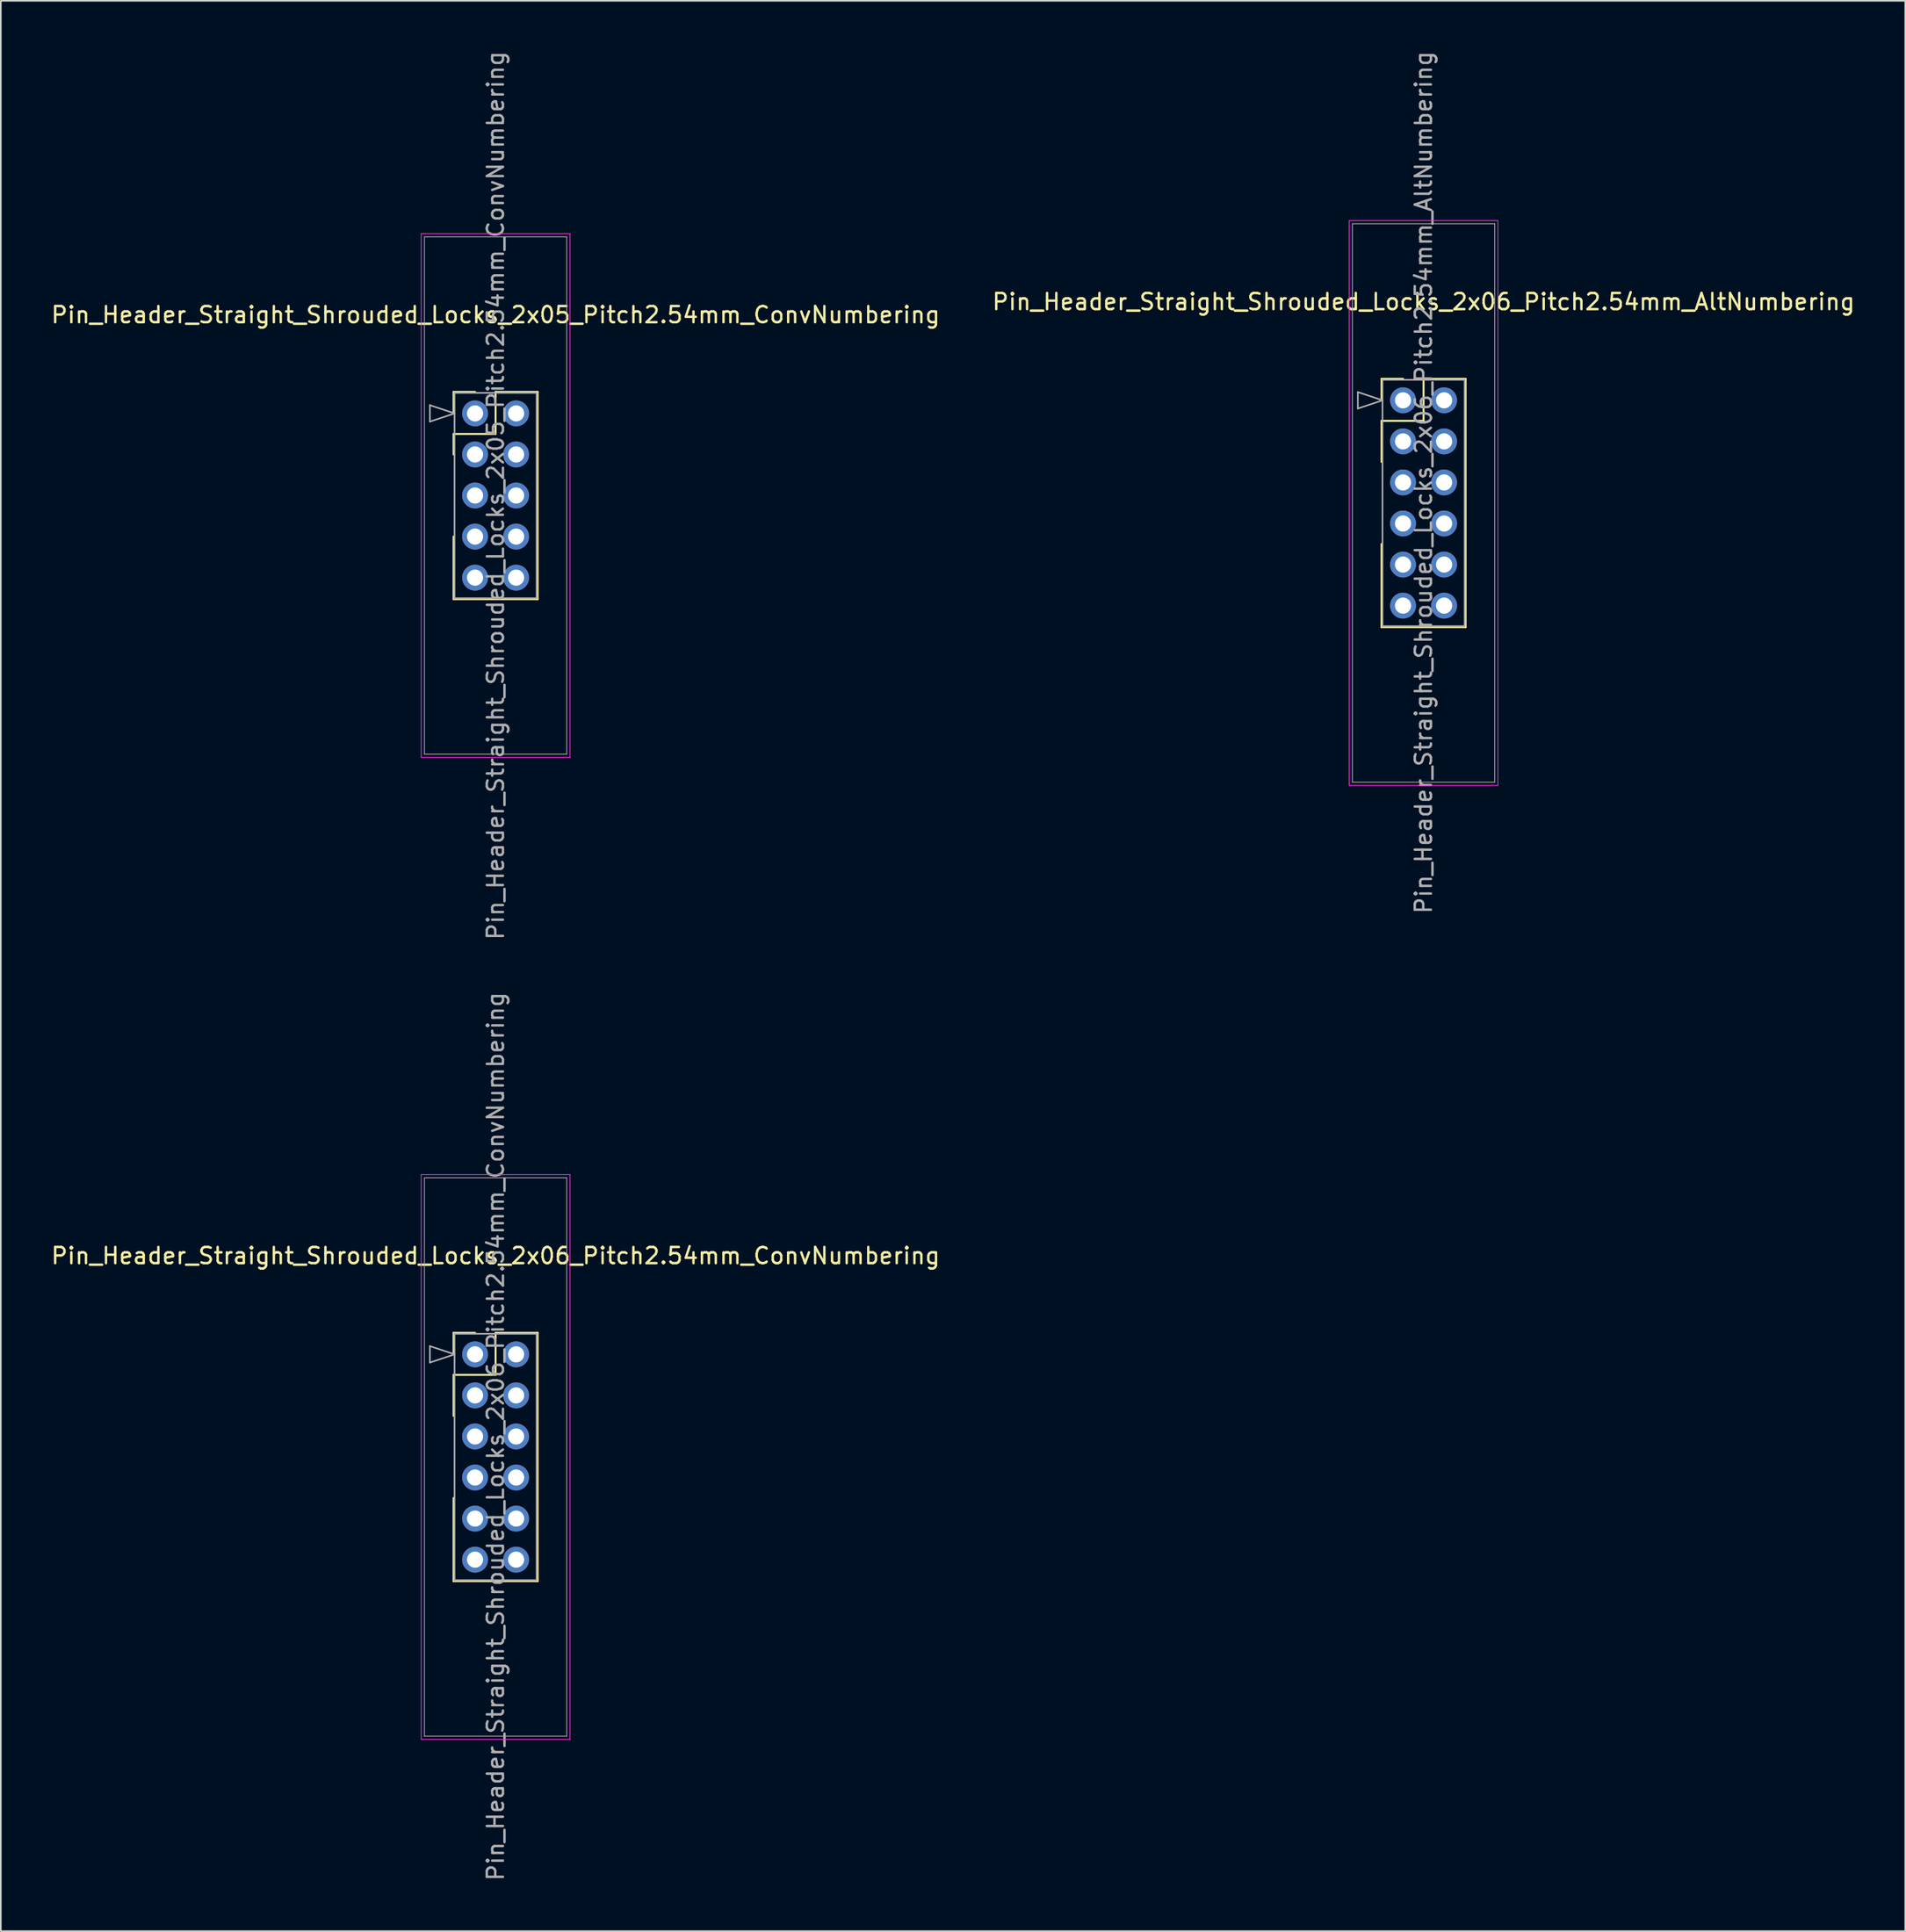
<source format=kicad_pcb>
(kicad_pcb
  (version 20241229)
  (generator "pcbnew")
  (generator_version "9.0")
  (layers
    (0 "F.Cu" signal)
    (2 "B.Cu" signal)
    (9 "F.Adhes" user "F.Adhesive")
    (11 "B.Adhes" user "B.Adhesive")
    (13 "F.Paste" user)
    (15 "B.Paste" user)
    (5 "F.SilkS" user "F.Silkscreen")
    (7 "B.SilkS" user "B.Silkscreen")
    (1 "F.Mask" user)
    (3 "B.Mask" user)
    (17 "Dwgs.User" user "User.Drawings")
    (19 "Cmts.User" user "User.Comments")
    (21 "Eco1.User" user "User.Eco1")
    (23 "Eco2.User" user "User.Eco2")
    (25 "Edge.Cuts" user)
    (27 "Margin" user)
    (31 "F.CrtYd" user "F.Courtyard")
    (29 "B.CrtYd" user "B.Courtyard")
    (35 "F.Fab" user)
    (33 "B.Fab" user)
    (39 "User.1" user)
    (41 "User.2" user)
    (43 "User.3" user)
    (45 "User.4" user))
  (footprint "Pin_Header_Straight_Shrouded_Locks_2x06_Pitch2.54mm_ConvNumbering"
    (layer "F.Cu")
    (at 26.331 80.724)
    (property "Reference" "Pin_Header_Straight_Shrouded_Locks_2x06_Pitch2.54mm_ConvNumbering" (at 1.27 -6.096 0) (layer "F.SilkS") (effects (font (size 1 1) (thickness 0.15))))
    (attr through_hole)
    (fp_line (start -1.33 -1.33) (end 0 -1.33) (stroke (width 0.12) (type solid)) (layer "F.SilkS"))
    (fp_line (start -1.33 0) (end -1.33 -1.33) (stroke (width 0.12) (type solid)) (layer "F.SilkS"))
    (fp_line (start -1.33 1.27) (end -1.33 3.81) (stroke (width 0.12) (type solid)) (layer "F.SilkS"))
    (fp_line (start -1.33 1.27) (end 1.27 1.27) (stroke (width 0.12) (type solid)) (layer "F.SilkS"))
    (fp_line (start -1.33 8.89) (end -1.33 14.03) (stroke (width 0.12) (type solid)) (layer "F.SilkS"))
    (fp_line (start -1.33 14.03) (end 3.87 14.03) (stroke (width 0.12) (type solid)) (layer "F.SilkS"))
    (fp_line (start 1.27 -1.33) (end 3.87 -1.33) (stroke (width 0.12) (type solid)) (layer "F.SilkS"))
    (fp_line (start 1.27 1.27) (end 1.27 -1.33) (stroke (width 0.12) (type solid)) (layer "F.SilkS"))
    (fp_line (start 3.87 -1.33) (end 3.87 14.03) (stroke (width 0.12) (type solid)) (layer "F.SilkS"))
    (fp_line (start -3.33 -11.12) (end -3.33 23.82) (stroke (width 0.05) (type solid)) (layer "F.CrtYd"))
    (fp_line (start -3.33 23.82) (end 5.87 23.82) (stroke (width 0.05) (type solid)) (layer "F.CrtYd"))
    (fp_line (start 5.87 -11.12) (end -3.33 -11.12) (stroke (width 0.05) (type solid)) (layer "F.CrtYd"))
    (fp_line (start 5.87 23.82) (end 5.87 -11.12) (stroke (width 0.05) (type solid)) (layer "F.CrtYd"))
    (fp_line (start -3.13 -10.92) (end -3.13 23.62) (stroke (width 0.05) (type solid)) (layer "F.Fab"))
    (fp_line (start -3.13 23.62) (end 5.67 23.62) (stroke (width 0.05) (type solid)) (layer "F.Fab"))
    (fp_line (start -2.794 -0.508) (end -1.27 0) (stroke (width 0.1) (type solid)) (layer "F.Fab"))
    (fp_line (start -2.794 0.508) (end -2.794 -0.508) (stroke (width 0.1) (type solid)) (layer "F.Fab"))
    (fp_line (start -1.27 -1.27) (end -1.27 13.97) (stroke (width 0.1) (type solid)) (layer "F.Fab"))
    (fp_line (start -1.27 0) (end -2.794 0.508) (stroke (width 0.1) (type solid)) (layer "F.Fab"))
    (fp_line (start -1.27 13.97) (end 3.81 13.97) (stroke (width 0.1) (type solid)) (layer "F.Fab"))
    (fp_line (start 3.81 -1.27) (end -1.27 -1.27) (stroke (width 0.1) (type solid)) (layer "F.Fab"))
    (fp_line (start 3.81 13.97) (end 3.81 -1.27) (stroke (width 0.1) (type solid)) (layer "F.Fab"))
    (fp_line (start 5.67 -10.92) (end -3.13 -10.92) (stroke (width 0.05) (type solid)) (layer "F.Fab"))
    (fp_line (start 5.67 23.62) (end 5.67 -10.92) (stroke (width 0.05) (type solid)) (layer "F.Fab"))
    (fp_text user "${REFERENCE}" (at 1.27 5.08 90) (layer "F.Fab") (effects (font (size 1 1) (thickness 0.15))))
    (pad "1" thru_hole oval (at 0 0) (size 1.6 1.6) (drill 1) (layers "*.Cu" "*.Mask"))
    (pad "2" thru_hole oval (at 2.54 0) (size 1.6 1.6) (drill 1) (layers "*.Cu" "*.Mask"))
    (pad "3" thru_hole oval (at 0 2.54) (size 1.6 1.6) (drill 1) (layers "*.Cu" "*.Mask"))
    (pad "4" thru_hole oval (at 2.54 2.54) (size 1.6 1.6) (drill 1) (layers "*.Cu" "*.Mask"))
    (pad "5" thru_hole oval (at 0 5.08) (size 1.6 1.6) (drill 1) (layers "*.Cu" "*.Mask"))
    (pad "6" thru_hole oval (at 2.54 5.08) (size 1.6 1.6) (drill 1) (layers "*.Cu" "*.Mask"))
    (pad "7" thru_hole oval (at 0 7.62) (size 1.6 1.6) (drill 1) (layers "*.Cu" "*.Mask"))
    (pad "8" thru_hole oval (at 2.54 7.62) (size 1.6 1.6) (drill 1) (layers "*.Cu" "*.Mask"))
    (pad "9" thru_hole oval (at 0 10.16) (size 1.6 1.6) (drill 1) (layers "*.Cu" "*.Mask"))
    (pad "10" thru_hole oval (at 2.54 10.16) (size 1.6 1.6) (drill 1) (layers "*.Cu" "*.Mask"))
    (pad "11" thru_hole oval (at 0 12.7) (size 1.6 1.6) (drill 1) (layers "*.Cu" "*.Mask"))
    (pad "12" thru_hole oval (at 2.54 12.7) (size 1.6 1.6) (drill 1) (layers "*.Cu" "*.Mask")))
  (footprint "Pin_Header_Straight_Shrouded_Locks_2x06_Pitch2.54mm_AltNumbering"
    (layer "F.Cu")
    (at 83.724 21.712)
    (property "Reference" "Pin_Header_Straight_Shrouded_Locks_2x06_Pitch2.54mm_AltNumbering" (at 1.27 -6.096 0) (layer "F.SilkS") (effects (font (size 1 1) (thickness 0.15))))
    (attr through_hole)
    (fp_line (start -1.33 -1.33) (end 0 -1.33) (stroke (width 0.12) (type solid)) (layer "F.SilkS"))
    (fp_line (start -1.33 0) (end -1.33 -1.33) (stroke (width 0.12) (type solid)) (layer "F.SilkS"))
    (fp_line (start -1.33 1.27) (end -1.33 3.81) (stroke (width 0.12) (type solid)) (layer "F.SilkS"))
    (fp_line (start -1.33 1.27) (end 1.27 1.27) (stroke (width 0.12) (type solid)) (layer "F.SilkS"))
    (fp_line (start -1.33 8.89) (end -1.33 14.03) (stroke (width 0.12) (type solid)) (layer "F.SilkS"))
    (fp_line (start -1.33 14.03) (end 3.87 14.03) (stroke (width 0.12) (type solid)) (layer "F.SilkS"))
    (fp_line (start 1.27 -1.33) (end 3.87 -1.33) (stroke (width 0.12) (type solid)) (layer "F.SilkS"))
    (fp_line (start 1.27 1.27) (end 1.27 -1.33) (stroke (width 0.12) (type solid)) (layer "F.SilkS"))
    (fp_line (start 3.87 -1.33) (end 3.87 14.03) (stroke (width 0.12) (type solid)) (layer "F.SilkS"))
    (fp_line (start -3.33 -11.12) (end -3.33 23.82) (stroke (width 0.05) (type solid)) (layer "F.CrtYd"))
    (fp_line (start -3.33 23.82) (end 5.87 23.82) (stroke (width 0.05) (type solid)) (layer "F.CrtYd"))
    (fp_line (start 5.87 -11.12) (end -3.33 -11.12) (stroke (width 0.05) (type solid)) (layer "F.CrtYd"))
    (fp_line (start 5.87 23.82) (end 5.87 -11.12) (stroke (width 0.05) (type solid)) (layer "F.CrtYd"))
    (fp_line (start -3.13 -10.92) (end -3.13 23.62) (stroke (width 0.05) (type solid)) (layer "F.Fab"))
    (fp_line (start -3.13 23.62) (end 5.67 23.62) (stroke (width 0.05) (type solid)) (layer "F.Fab"))
    (fp_line (start -2.794 -0.508) (end -1.27 0) (stroke (width 0.1) (type solid)) (layer "F.Fab"))
    (fp_line (start -2.794 0.508) (end -2.794 -0.508) (stroke (width 0.1) (type solid)) (layer "F.Fab"))
    (fp_line (start -1.27 -1.27) (end -1.27 13.97) (stroke (width 0.1) (type solid)) (layer "F.Fab"))
    (fp_line (start -1.27 0) (end -2.794 0.508) (stroke (width 0.1) (type solid)) (layer "F.Fab"))
    (fp_line (start -1.27 13.97) (end 3.81 13.97) (stroke (width 0.1) (type solid)) (layer "F.Fab"))
    (fp_line (start 3.81 -1.27) (end -1.27 -1.27) (stroke (width 0.1) (type solid)) (layer "F.Fab"))
    (fp_line (start 3.81 13.97) (end 3.81 -1.27) (stroke (width 0.1) (type solid)) (layer "F.Fab"))
    (fp_line (start 5.67 -10.92) (end -3.13 -10.92) (stroke (width 0.05) (type solid)) (layer "F.Fab"))
    (fp_line (start 5.67 23.62) (end 5.67 -10.92) (stroke (width 0.05) (type solid)) (layer "F.Fab"))
    (fp_text user "${REFERENCE}" (at 1.27 5.08 90) (layer "F.Fab") (effects (font (size 1 1) (thickness 0.15))))
    (pad "1" thru_hole oval (at 0 0) (size 1.6 1.6) (drill 1) (layers "*.Cu" "*.Mask"))
    (pad "2" thru_hole oval (at 0 2.54) (size 1.6 1.6) (drill 1) (layers "*.Cu" "*.Mask"))
    (pad "3" thru_hole oval (at 0 5.08) (size 1.6 1.6) (drill 1) (layers "*.Cu" "*.Mask"))
    (pad "4" thru_hole oval (at 0 7.62) (size 1.6 1.6) (drill 1) (layers "*.Cu" "*.Mask"))
    (pad "5" thru_hole oval (at 0 10.16) (size 1.6 1.6) (drill 1) (layers "*.Cu" "*.Mask"))
    (pad "6" thru_hole oval (at 0 12.7) (size 1.6 1.6) (drill 1) (layers "*.Cu" "*.Mask"))
    (pad "7" thru_hole oval (at 2.54 0) (size 1.6 1.6) (drill 1) (layers "*.Cu" "*.Mask"))
    (pad "8" thru_hole oval (at 2.54 2.54) (size 1.6 1.6) (drill 1) (layers "*.Cu" "*.Mask"))
    (pad "9" thru_hole oval (at 2.54 5.08) (size 1.6 1.6) (drill 1) (layers "*.Cu" "*.Mask"))
    (pad "10" thru_hole oval (at 2.54 7.62) (size 1.6 1.6) (drill 1) (layers "*.Cu" "*.Mask"))
    (pad "11" thru_hole oval (at 2.54 10.16) (size 1.6 1.6) (drill 1) (layers "*.Cu" "*.Mask"))
    (pad "12" thru_hole oval (at 2.54 12.7) (size 1.6 1.6) (drill 1) (layers "*.Cu" "*.Mask")))
  (footprint "Pin_Header_Straight_Shrouded_Locks_2x05_Pitch2.54mm_ConvNumbering"
    (layer "F.Cu")
    (at 26.331 22.521)
    (property "Reference" "Pin_Header_Straight_Shrouded_Locks_2x05_Pitch2.54mm_ConvNumbering" (at 1.27 -6.096 0) (layer "F.SilkS") (effects (font (size 1 1) (thickness 0.15))))
    (attr through_hole)
    (fp_line (start -1.33 -1.33) (end 0 -1.33) (stroke (width 0.12) (type solid)) (layer "F.SilkS"))
    (fp_line (start -1.33 0) (end -1.33 -1.33) (stroke (width 0.12) (type solid)) (layer "F.SilkS"))
    (fp_line (start -1.33 1.27) (end -1.33 2.54) (stroke (width 0.12) (type solid)) (layer "F.SilkS"))
    (fp_line (start -1.33 1.27) (end 1.27 1.27) (stroke (width 0.12) (type solid)) (layer "F.SilkS"))
    (fp_line (start -1.33 7.62) (end -1.33 11.49) (stroke (width 0.12) (type solid)) (layer "F.SilkS"))
    (fp_line (start -1.33 11.49) (end 3.87 11.49) (stroke (width 0.12) (type solid)) (layer "F.SilkS"))
    (fp_line (start 1.27 -1.33) (end 3.87 -1.33) (stroke (width 0.12) (type solid)) (layer "F.SilkS"))
    (fp_line (start 1.27 1.27) (end 1.27 -1.33) (stroke (width 0.12) (type solid)) (layer "F.SilkS"))
    (fp_line (start 3.87 -1.33) (end 3.87 11.49) (stroke (width 0.12) (type solid)) (layer "F.SilkS"))
    (fp_line (start -3.33 -11.12) (end -3.33 21.28) (stroke (width 0.05) (type solid)) (layer "F.CrtYd"))
    (fp_line (start -3.33 21.28) (end 5.87 21.28) (stroke (width 0.05) (type solid)) (layer "F.CrtYd"))
    (fp_line (start 5.87 -11.12) (end -3.33 -11.12) (stroke (width 0.05) (type solid)) (layer "F.CrtYd"))
    (fp_line (start 5.87 21.28) (end 5.87 -11.12) (stroke (width 0.05) (type solid)) (layer "F.CrtYd"))
    (fp_line (start -3.13 -10.92) (end -3.13 21.08) (stroke (width 0.05) (type solid)) (layer "F.Fab"))
    (fp_line (start -3.13 21.08) (end 5.67 21.08) (stroke (width 0.05) (type solid)) (layer "F.Fab"))
    (fp_line (start -2.794 -0.508) (end -1.27 0) (stroke (width 0.1) (type solid)) (layer "F.Fab"))
    (fp_line (start -2.794 0.508) (end -2.794 -0.508) (stroke (width 0.1) (type solid)) (layer "F.Fab"))
    (fp_line (start -1.27 -1.27) (end -1.27 11.43) (stroke (width 0.1) (type solid)) (layer "F.Fab"))
    (fp_line (start -1.27 0) (end -2.794 0.508) (stroke (width 0.1) (type solid)) (layer "F.Fab"))
    (fp_line (start -1.27 11.43) (end 3.81 11.43) (stroke (width 0.1) (type solid)) (layer "F.Fab"))
    (fp_line (start 3.81 -1.27) (end -1.27 -1.27) (stroke (width 0.1) (type solid)) (layer "F.Fab"))
    (fp_line (start 3.81 11.43) (end 3.81 -1.27) (stroke (width 0.1) (type solid)) (layer "F.Fab"))
    (fp_line (start 5.67 -10.92) (end -3.13 -10.92) (stroke (width 0.05) (type solid)) (layer "F.Fab"))
    (fp_line (start 5.67 21.08) (end 5.67 -10.92) (stroke (width 0.05) (type solid)) (layer "F.Fab"))
    (fp_text user "${REFERENCE}" (at 1.27 5.08 90) (layer "F.Fab") (effects (font (size 1 1) (thickness 0.15))))
    (pad "1" thru_hole oval (at 0 0) (size 1.6 1.6) (drill 1) (layers "*.Cu" "*.Mask"))
    (pad "2" thru_hole oval (at 2.54 0) (size 1.6 1.6) (drill 1) (layers "*.Cu" "*.Mask"))
    (pad "3" thru_hole oval (at 0 2.54) (size 1.6 1.6) (drill 1) (layers "*.Cu" "*.Mask"))
    (pad "4" thru_hole oval (at 2.54 2.54) (size 1.6 1.6) (drill 1) (layers "*.Cu" "*.Mask"))
    (pad "5" thru_hole oval (at 0 5.08) (size 1.6 1.6) (drill 1) (layers "*.Cu" "*.Mask"))
    (pad "6" thru_hole oval (at 2.54 5.08) (size 1.6 1.6) (drill 1) (layers "*.Cu" "*.Mask"))
    (pad "7" thru_hole oval (at 0 7.62) (size 1.6 1.6) (drill 1) (layers "*.Cu" "*.Mask"))
    (pad "8" thru_hole oval (at 2.54 7.62) (size 1.6 1.6) (drill 1) (layers "*.Cu" "*.Mask"))
    (pad "9" thru_hole oval (at 0 10.16) (size 1.6 1.6) (drill 1) (layers "*.Cu" "*.Mask"))
    (pad "10" thru_hole oval (at 2.54 10.16) (size 1.6 1.6) (drill 1) (layers "*.Cu" "*.Mask")))
  (gr_rect
    (start -3 -3)
    (end 114.786 116.405)
    (stroke (width 0.1) (type default))
    (fill no)
    (layer "Edge.Cuts")))
</source>
